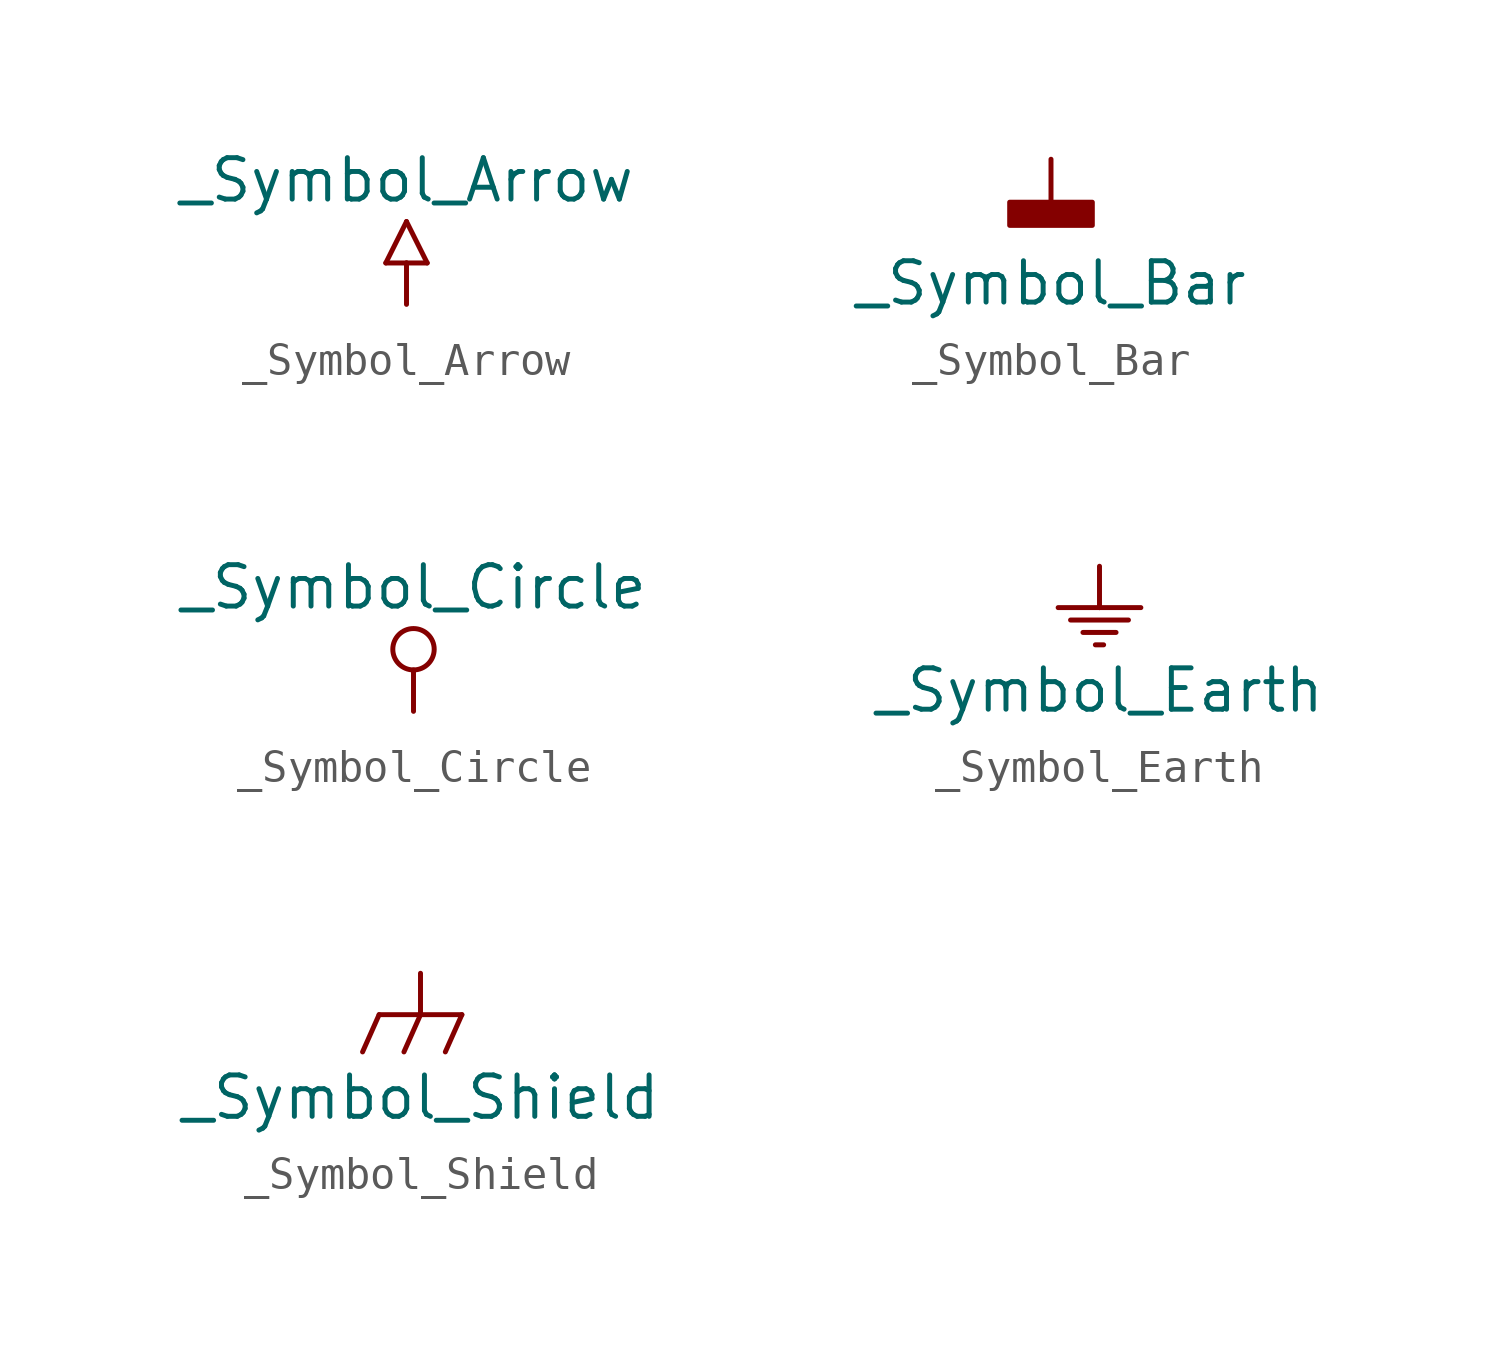
<source format=kicad_sym>
(kicad_symbol_lib
  (version 20231120)
  (generator "kicad_symbol_editor")
  (generator_version "8.0")
  (symbol "_Symbol_Arrow"
    (power)
    (pin_numbers hide)
    (pin_names
      (offset 0) hide)
    (property "Reference" "#PWR"
      (at 0 6.35 0)
      (effects (font (size 1.27 1.27)) (hide yes)))
    (property "Value" "_Symbol_Arrow"
      (at 0 3.81 0)
      (effects (font (size 1.27 1.27))))
    (symbol "_Symbol_Arrow_0_1"
      (polyline (pts (xy 0 1.27) (xy 0 0)) (stroke (width 0) (type default)) (fill (type none))))
    (symbol "_Symbol_Arrow_1_0"
      (polyline (pts (xy -0.635 1.27) (xy 0 1.27)) (stroke (width 0) (type default)) (fill (type none)))
      (polyline (pts (xy 0 1.27) (xy 0.635 1.27)) (stroke (width 0) (type default)) (fill (type none)))
      (polyline (pts (xy 0 2.54) (xy -0.635 1.27)) (stroke (width 0) (type default)) (fill (type none)))
      (polyline (pts (xy 0.635 1.27) (xy 0 2.54)) (stroke (width 0) (type default)) (fill (type none))))
    (symbol "_Symbol_Arrow_1_1"
      (pin power_in line (at 0 0 90) (length 0) hide (name "" (effects (font (size 1.27 1.27)))) (number "1" (effects (font (size 1.27 1.27)))))))
  (symbol "_Symbol_Bar"
    (power)
    (pin_numbers hide)
    (pin_names
      (offset 0) hide)
    (property "Reference" "#PWR"
      (at 0 1.778 0)
      (effects (font (size 1.143 1.143)) (hide yes)))
    (property "Value" "_Symbol_Bar"
      (at 0 -3.81 0)
      (effects (font (size 1.27 1.27))))
    (symbol "_Symbol_Bar_0_1"
      (polyline (pts (xy 0 -1.27) (xy 0 0)) (stroke (width 0) (type default)) (fill (type none))))
    (symbol "_Symbol_Bar_1_1"
      (rectangle (start -1.27 -2.032) (end 1.27 -1.321) (stroke (width 0) (type default)) (fill (type outline)))
      (pin power_in line (at 0 0 270) (length 0) hide (name "" (effects (font (size 1.27 1.27)))) (number "1" (effects (font (size 1.27 1.27)))))))
  (symbol "_Symbol_Circle"
    (power)
    (pin_numbers hide)
    (pin_names
      (offset 0) hide)
    (property "Reference" "#PWR"
      (at 0 8.89 0)
      (effects (font (size 1.27 1.27)) (hide yes)))
    (property "Value" "_Symbol_Circle"
      (at 0 3.81 0)
      (effects (font (size 1.27 1.27))))
    (symbol "_Symbol_Circle_0_1"
      (polyline (pts (xy 0 1.27) (xy 0 0)) (stroke (width 0) (type default)) (fill (type none))))
    (symbol "_Symbol_Circle_1_1"
      (circle (center 0 1.905) (radius 0.635) (stroke (width 0) (type default)) (fill (type none)))
      (pin power_in line (at 0 0 180) (length 0) hide (name "" (effects (font (size 1.27 1.27)))) (number "1" (effects (font (size 1.27 1.27)))))))
  (symbol "_Symbol_Earth"
    (power)
    (pin_numbers hide)
    (pin_names
      (offset 0) hide)
    (property "Reference" "#PWR"
      (at 0 1.778 0)
      (effects (font (size 1.143 1.143)) (hide yes)))
    (property "Value" "_Symbol_Earth"
      (at 0 -3.81 0)
      (effects (font (size 1.27 1.27))))
    (symbol "_Symbol_Earth_0_1"
      (polyline (pts (xy 0 -1.27) (xy 0 0)) (stroke (width 0) (type default)) (fill (type none))))
    (symbol "_Symbol_Earth_1_0"
      (polyline (pts (xy -1.27 -1.27) (xy 0 -1.27)) (stroke (width 0) (type default)) (fill (type none)))
      (polyline (pts (xy -0.889 -1.651) (xy 0.889 -1.651)) (stroke (width 0) (type default)) (fill (type none)))
      (polyline (pts (xy -0.508 -2.032) (xy 0.508 -2.032)) (stroke (width 0) (type default)) (fill (type none)))
      (polyline (pts (xy -0.127 -2.413) (xy 0.127 -2.413)) (stroke (width 0) (type default)) (fill (type none)))
      (polyline (pts (xy 0 -1.27) (xy 1.27 -1.27)) (stroke (width 0) (type default)) (fill (type none))))
    (symbol "_Symbol_Earth_1_1"
      (pin power_in line (at 0 0 270) (length 0) hide (name "" (effects (font (size 1.27 1.27)))) (number "1" (effects (font (size 1.27 1.27)))))))
  (symbol "_Symbol_Shield"
    (power)
    (pin_numbers hide)
    (pin_names
      (offset 0) hide)
    (property "Reference" "#PWR"
      (at 0 1.778 0)
      (effects (font (size 1.143 1.143)) (hide yes)))
    (property "Value" "_Symbol_Shield"
      (at 0 -3.81 0)
      (effects (font (size 1.27 1.27))))
    (symbol "_Symbol_Shield_0_1"
      (polyline (pts (xy 0 -1.27) (xy 0 0)) (stroke (width 0) (type default)) (fill (type none))))
    (symbol "_Symbol_Shield_1_0"
      (polyline (pts (xy -1.27 -1.27) (xy -1.778 -2.413)) (stroke (width 0) (type default)) (fill (type none)))
      (polyline (pts (xy -1.27 -1.27) (xy 0 -1.27)) (stroke (width 0) (type default)) (fill (type none)))
      (polyline (pts (xy 0 -1.27) (xy -0.508 -2.413)) (stroke (width 0) (type default)) (fill (type none)))
      (polyline (pts (xy 0 -1.27) (xy 1.27 -1.27)) (stroke (width 0) (type default)) (fill (type none)))
      (polyline (pts (xy 1.27 -1.27) (xy 0.762 -2.413)) (stroke (width 0) (type default)) (fill (type none))))
    (symbol "_Symbol_Shield_1_1"
      (pin power_in line (at 0 0 270) (length 0) hide (name "" (effects (font (size 1.27 1.27)))) (number "1" (effects (font (size 1.27 1.27))))))))
</source>
